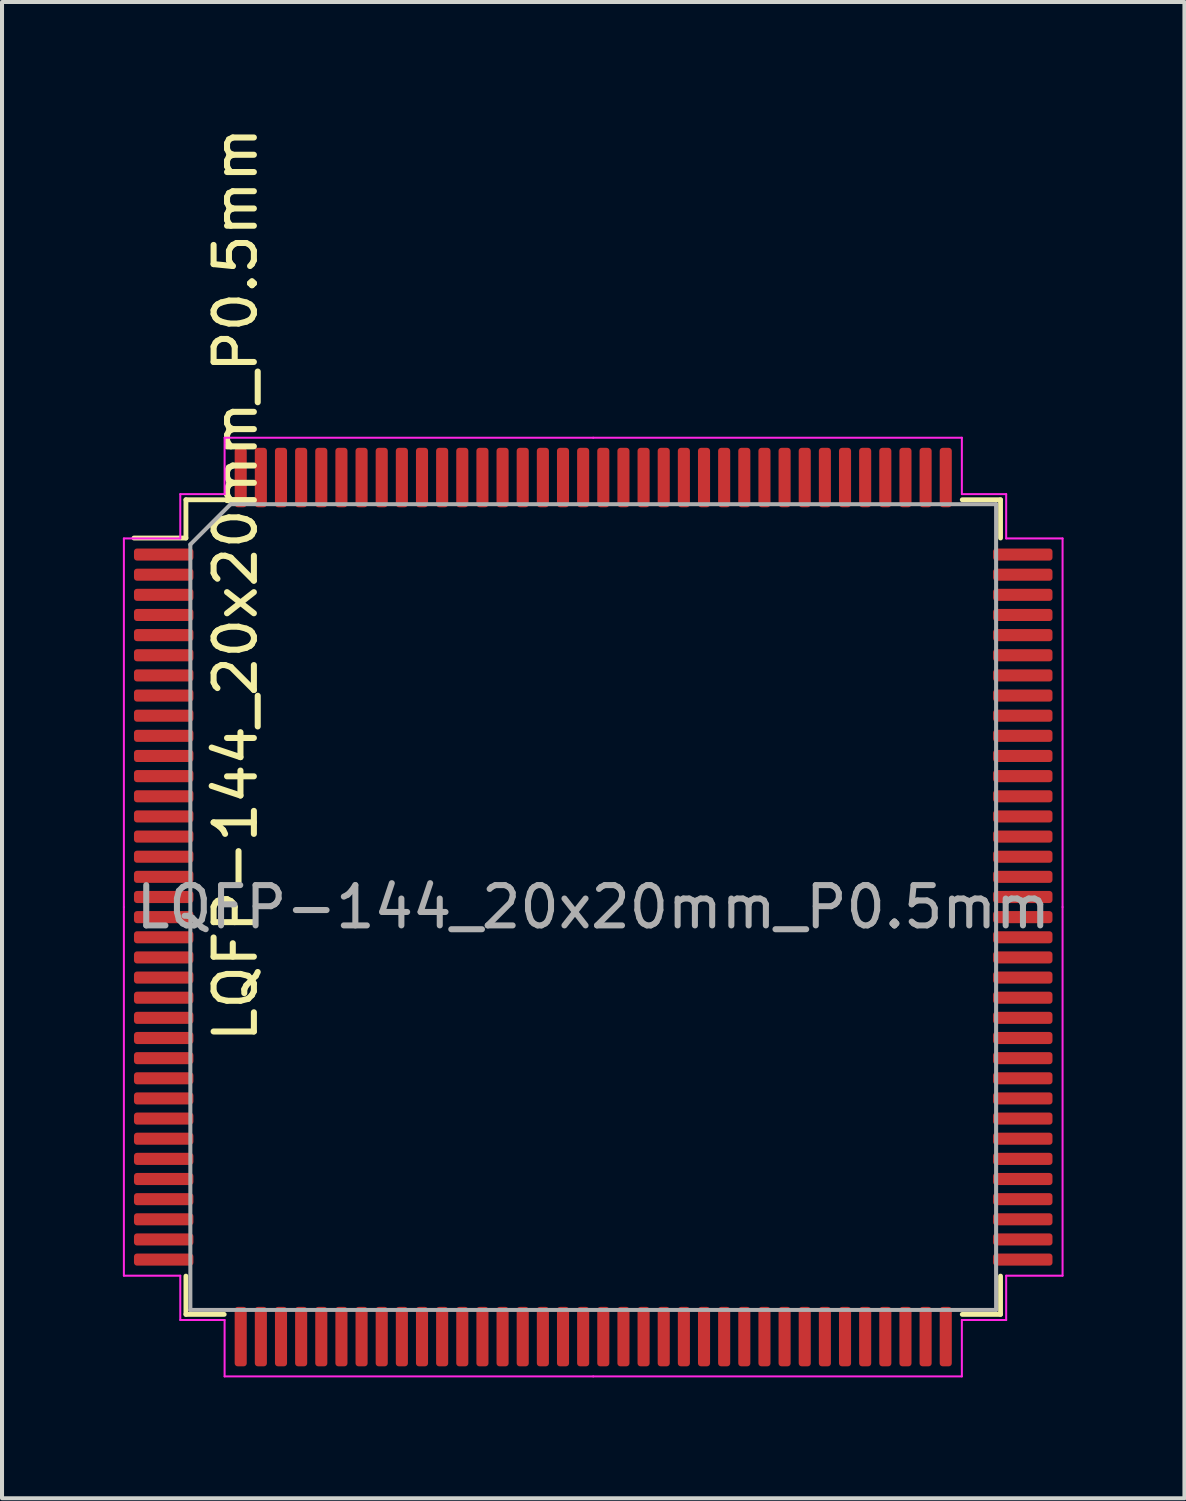
<source format=kicad_pcb>
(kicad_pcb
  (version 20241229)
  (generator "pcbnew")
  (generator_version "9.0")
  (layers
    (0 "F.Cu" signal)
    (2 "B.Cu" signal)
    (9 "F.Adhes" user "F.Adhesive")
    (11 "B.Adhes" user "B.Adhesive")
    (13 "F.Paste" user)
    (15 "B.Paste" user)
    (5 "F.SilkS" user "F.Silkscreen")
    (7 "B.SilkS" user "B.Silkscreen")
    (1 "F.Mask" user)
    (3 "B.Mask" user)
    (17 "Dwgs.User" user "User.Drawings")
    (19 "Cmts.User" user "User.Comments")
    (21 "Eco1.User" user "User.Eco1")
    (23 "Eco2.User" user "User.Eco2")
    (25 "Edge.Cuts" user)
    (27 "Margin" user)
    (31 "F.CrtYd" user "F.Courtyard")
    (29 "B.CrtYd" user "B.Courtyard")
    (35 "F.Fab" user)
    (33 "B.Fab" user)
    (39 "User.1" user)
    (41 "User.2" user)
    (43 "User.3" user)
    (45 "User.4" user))
  (footprint "LQFP-144_20x20mm_P0.5mm"
    (layer "F.Cu")
    (at 11.675 19.465)
    (property "Reference" "LQFP-144_20x20mm_P0.5mm" (at -8.878 -8.007 90) (layer "F.SilkS") (effects (font (size 1 1) (thickness 0.15))))
    (attr smd)
    (fp_line (start -10.11 -10.11) (end -10.11 -9.16) (stroke (width 0.12) (type solid)) (layer "F.SilkS"))
    (fp_line (start -10.11 -9.16) (end -11.4 -9.16) (stroke (width 0.12) (type solid)) (layer "F.SilkS"))
    (fp_line (start -10.11 10.11) (end -10.11 9.16) (stroke (width 0.12) (type solid)) (layer "F.SilkS"))
    (fp_line (start -9.16 -10.11) (end -10.11 -10.11) (stroke (width 0.12) (type solid)) (layer "F.SilkS"))
    (fp_line (start -9.16 10.11) (end -10.11 10.11) (stroke (width 0.12) (type solid)) (layer "F.SilkS"))
    (fp_line (start 9.16 -10.11) (end 10.11 -10.11) (stroke (width 0.12) (type solid)) (layer "F.SilkS"))
    (fp_line (start 9.16 10.11) (end 10.11 10.11) (stroke (width 0.12) (type solid)) (layer "F.SilkS"))
    (fp_line (start 10.11 -10.11) (end 10.11 -9.16) (stroke (width 0.12) (type solid)) (layer "F.SilkS"))
    (fp_line (start 10.11 10.11) (end 10.11 9.16) (stroke (width 0.12) (type solid)) (layer "F.SilkS"))
    (fp_line (start -11.65 -9.15) (end -11.65 0) (stroke (width 0.05) (type solid)) (layer "F.CrtYd"))
    (fp_line (start -11.65 9.15) (end -11.65 0) (stroke (width 0.05) (type solid)) (layer "F.CrtYd"))
    (fp_line (start -10.25 -10.25) (end -10.25 -9.15) (stroke (width 0.05) (type solid)) (layer "F.CrtYd"))
    (fp_line (start -10.25 -9.15) (end -11.65 -9.15) (stroke (width 0.05) (type solid)) (layer "F.CrtYd"))
    (fp_line (start -10.25 9.15) (end -11.65 9.15) (stroke (width 0.05) (type solid)) (layer "F.CrtYd"))
    (fp_line (start -10.25 10.25) (end -10.25 9.15) (stroke (width 0.05) (type solid)) (layer "F.CrtYd"))
    (fp_line (start -9.15 -11.65) (end -9.15 -10.25) (stroke (width 0.05) (type solid)) (layer "F.CrtYd"))
    (fp_line (start -9.15 -10.25) (end -10.25 -10.25) (stroke (width 0.05) (type solid)) (layer "F.CrtYd"))
    (fp_line (start -9.15 10.25) (end -10.25 10.25) (stroke (width 0.05) (type solid)) (layer "F.CrtYd"))
    (fp_line (start -9.15 11.65) (end -9.15 10.25) (stroke (width 0.05) (type solid)) (layer "F.CrtYd"))
    (fp_line (start 0 -11.65) (end -9.15 -11.65) (stroke (width 0.05) (type solid)) (layer "F.CrtYd"))
    (fp_line (start 0 -11.65) (end 9.15 -11.65) (stroke (width 0.05) (type solid)) (layer "F.CrtYd"))
    (fp_line (start 0 11.65) (end -9.15 11.65) (stroke (width 0.05) (type solid)) (layer "F.CrtYd"))
    (fp_line (start 0 11.65) (end 9.15 11.65) (stroke (width 0.05) (type solid)) (layer "F.CrtYd"))
    (fp_line (start 9.15 -11.65) (end 9.15 -10.25) (stroke (width 0.05) (type solid)) (layer "F.CrtYd"))
    (fp_line (start 9.15 -10.25) (end 10.25 -10.25) (stroke (width 0.05) (type solid)) (layer "F.CrtYd"))
    (fp_line (start 9.15 10.25) (end 10.25 10.25) (stroke (width 0.05) (type solid)) (layer "F.CrtYd"))
    (fp_line (start 9.15 11.65) (end 9.15 10.25) (stroke (width 0.05) (type solid)) (layer "F.CrtYd"))
    (fp_line (start 10.25 -10.25) (end 10.25 -9.15) (stroke (width 0.05) (type solid)) (layer "F.CrtYd"))
    (fp_line (start 10.25 -9.15) (end 11.65 -9.15) (stroke (width 0.05) (type solid)) (layer "F.CrtYd"))
    (fp_line (start 10.25 9.15) (end 11.65 9.15) (stroke (width 0.05) (type solid)) (layer "F.CrtYd"))
    (fp_line (start 10.25 10.25) (end 10.25 9.15) (stroke (width 0.05) (type solid)) (layer "F.CrtYd"))
    (fp_line (start 11.65 -9.15) (end 11.65 0) (stroke (width 0.05) (type solid)) (layer "F.CrtYd"))
    (fp_line (start 11.65 9.15) (end 11.65 0) (stroke (width 0.05) (type solid)) (layer "F.CrtYd"))
    (fp_line (start -10 -9) (end -9 -10) (stroke (width 0.1) (type solid)) (layer "F.Fab"))
    (fp_line (start -10 10) (end -10 -9) (stroke (width 0.1) (type solid)) (layer "F.Fab"))
    (fp_line (start -9 -10) (end 10 -10) (stroke (width 0.1) (type solid)) (layer "F.Fab"))
    (fp_line (start 10 -10) (end 10 10) (stroke (width 0.1) (type solid)) (layer "F.Fab"))
    (fp_line (start 10 10) (end -10 10) (stroke (width 0.1) (type solid)) (layer "F.Fab"))
    (fp_text user "${REFERENCE}" (at 0 0 0) (layer "F.Fab") (effects (font (size 1 1) (thickness 0.15))))
    (pad "1" smd roundrect (at -10.662 -8.75) (size 1.475 0.3) (layers "F.Cu" "F.Mask" "F.Paste") (roundrect_rratio 0.25))
    (pad "2" smd roundrect (at -10.662 -8.25) (size 1.475 0.3) (layers "F.Cu" "F.Mask" "F.Paste") (roundrect_rratio 0.25))
    (pad "3" smd roundrect (at -10.662 -7.75) (size 1.475 0.3) (layers "F.Cu" "F.Mask" "F.Paste") (roundrect_rratio 0.25))
    (pad "4" smd roundrect (at -10.662 -7.25) (size 1.475 0.3) (layers "F.Cu" "F.Mask" "F.Paste") (roundrect_rratio 0.25))
    (pad "5" smd roundrect (at -10.662 -6.75) (size 1.475 0.3) (layers "F.Cu" "F.Mask" "F.Paste") (roundrect_rratio 0.25))
    (pad "6" smd roundrect (at -10.662 -6.25) (size 1.475 0.3) (layers "F.Cu" "F.Mask" "F.Paste") (roundrect_rratio 0.25))
    (pad "7" smd roundrect (at -10.662 -5.75) (size 1.475 0.3) (layers "F.Cu" "F.Mask" "F.Paste") (roundrect_rratio 0.25))
    (pad "8" smd roundrect (at -10.662 -5.25) (size 1.475 0.3) (layers "F.Cu" "F.Mask" "F.Paste") (roundrect_rratio 0.25))
    (pad "9" smd roundrect (at -10.662 -4.75) (size 1.475 0.3) (layers "F.Cu" "F.Mask" "F.Paste") (roundrect_rratio 0.25))
    (pad "10" smd roundrect (at -10.662 -4.25) (size 1.475 0.3) (layers "F.Cu" "F.Mask" "F.Paste") (roundrect_rratio 0.25))
    (pad "11" smd roundrect (at -10.662 -3.75) (size 1.475 0.3) (layers "F.Cu" "F.Mask" "F.Paste") (roundrect_rratio 0.25))
    (pad "12" smd roundrect (at -10.662 -3.25) (size 1.475 0.3) (layers "F.Cu" "F.Mask" "F.Paste") (roundrect_rratio 0.25))
    (pad "13" smd roundrect (at -10.662 -2.75) (size 1.475 0.3) (layers "F.Cu" "F.Mask" "F.Paste") (roundrect_rratio 0.25))
    (pad "14" smd roundrect (at -10.662 -2.25) (size 1.475 0.3) (layers "F.Cu" "F.Mask" "F.Paste") (roundrect_rratio 0.25))
    (pad "15" smd roundrect (at -10.662 -1.75) (size 1.475 0.3) (layers "F.Cu" "F.Mask" "F.Paste") (roundrect_rratio 0.25))
    (pad "16" smd roundrect (at -10.662 -1.25) (size 1.475 0.3) (layers "F.Cu" "F.Mask" "F.Paste") (roundrect_rratio 0.25))
    (pad "17" smd roundrect (at -10.662 -0.75) (size 1.475 0.3) (layers "F.Cu" "F.Mask" "F.Paste") (roundrect_rratio 0.25))
    (pad "18" smd roundrect (at -10.662 -0.25) (size 1.475 0.3) (layers "F.Cu" "F.Mask" "F.Paste") (roundrect_rratio 0.25))
    (pad "19" smd roundrect (at -10.662 0.25) (size 1.475 0.3) (layers "F.Cu" "F.Mask" "F.Paste") (roundrect_rratio 0.25))
    (pad "20" smd roundrect (at -10.662 0.75) (size 1.475 0.3) (layers "F.Cu" "F.Mask" "F.Paste") (roundrect_rratio 0.25))
    (pad "21" smd roundrect (at -10.662 1.25) (size 1.475 0.3) (layers "F.Cu" "F.Mask" "F.Paste") (roundrect_rratio 0.25))
    (pad "22" smd roundrect (at -10.662 1.75) (size 1.475 0.3) (layers "F.Cu" "F.Mask" "F.Paste") (roundrect_rratio 0.25))
    (pad "23" smd roundrect (at -10.662 2.25) (size 1.475 0.3) (layers "F.Cu" "F.Mask" "F.Paste") (roundrect_rratio 0.25))
    (pad "24" smd roundrect (at -10.662 2.75) (size 1.475 0.3) (layers "F.Cu" "F.Mask" "F.Paste") (roundrect_rratio 0.25))
    (pad "25" smd roundrect (at -10.662 3.25) (size 1.475 0.3) (layers "F.Cu" "F.Mask" "F.Paste") (roundrect_rratio 0.25))
    (pad "26" smd roundrect (at -10.662 3.75) (size 1.475 0.3) (layers "F.Cu" "F.Mask" "F.Paste") (roundrect_rratio 0.25))
    (pad "27" smd roundrect (at -10.662 4.25) (size 1.475 0.3) (layers "F.Cu" "F.Mask" "F.Paste") (roundrect_rratio 0.25))
    (pad "28" smd roundrect (at -10.662 4.75) (size 1.475 0.3) (layers "F.Cu" "F.Mask" "F.Paste") (roundrect_rratio 0.25))
    (pad "29" smd roundrect (at -10.662 5.25) (size 1.475 0.3) (layers "F.Cu" "F.Mask" "F.Paste") (roundrect_rratio 0.25))
    (pad "30" smd roundrect (at -10.662 5.75) (size 1.475 0.3) (layers "F.Cu" "F.Mask" "F.Paste") (roundrect_rratio 0.25))
    (pad "31" smd roundrect (at -10.662 6.25) (size 1.475 0.3) (layers "F.Cu" "F.Mask" "F.Paste") (roundrect_rratio 0.25))
    (pad "32" smd roundrect (at -10.662 6.75) (size 1.475 0.3) (layers "F.Cu" "F.Mask" "F.Paste") (roundrect_rratio 0.25))
    (pad "33" smd roundrect (at -10.662 7.25) (size 1.475 0.3) (layers "F.Cu" "F.Mask" "F.Paste") (roundrect_rratio 0.25))
    (pad "34" smd roundrect (at -10.662 7.75) (size 1.475 0.3) (layers "F.Cu" "F.Mask" "F.Paste") (roundrect_rratio 0.25))
    (pad "35" smd roundrect (at -10.662 8.25) (size 1.475 0.3) (layers "F.Cu" "F.Mask" "F.Paste") (roundrect_rratio 0.25))
    (pad "36" smd roundrect (at -10.662 8.75) (size 1.475 0.3) (layers "F.Cu" "F.Mask" "F.Paste") (roundrect_rratio 0.25))
    (pad "37" smd roundrect (at -8.75 10.662) (size 0.3 1.475) (layers "F.Cu" "F.Mask" "F.Paste") (roundrect_rratio 0.25))
    (pad "38" smd roundrect (at -8.25 10.662) (size 0.3 1.475) (layers "F.Cu" "F.Mask" "F.Paste") (roundrect_rratio 0.25))
    (pad "39" smd roundrect (at -7.75 10.662) (size 0.3 1.475) (layers "F.Cu" "F.Mask" "F.Paste") (roundrect_rratio 0.25))
    (pad "40" smd roundrect (at -7.25 10.662) (size 0.3 1.475) (layers "F.Cu" "F.Mask" "F.Paste") (roundrect_rratio 0.25))
    (pad "41" smd roundrect (at -6.75 10.662) (size 0.3 1.475) (layers "F.Cu" "F.Mask" "F.Paste") (roundrect_rratio 0.25))
    (pad "42" smd roundrect (at -6.25 10.662) (size 0.3 1.475) (layers "F.Cu" "F.Mask" "F.Paste") (roundrect_rratio 0.25))
    (pad "43" smd roundrect (at -5.75 10.662) (size 0.3 1.475) (layers "F.Cu" "F.Mask" "F.Paste") (roundrect_rratio 0.25))
    (pad "44" smd roundrect (at -5.25 10.662) (size 0.3 1.475) (layers "F.Cu" "F.Mask" "F.Paste") (roundrect_rratio 0.25))
    (pad "45" smd roundrect (at -4.75 10.662) (size 0.3 1.475) (layers "F.Cu" "F.Mask" "F.Paste") (roundrect_rratio 0.25))
    (pad "46" smd roundrect (at -4.25 10.662) (size 0.3 1.475) (layers "F.Cu" "F.Mask" "F.Paste") (roundrect_rratio 0.25))
    (pad "47" smd roundrect (at -3.75 10.662) (size 0.3 1.475) (layers "F.Cu" "F.Mask" "F.Paste") (roundrect_rratio 0.25))
    (pad "48" smd roundrect (at -3.25 10.662) (size 0.3 1.475) (layers "F.Cu" "F.Mask" "F.Paste") (roundrect_rratio 0.25))
    (pad "49" smd roundrect (at -2.75 10.662) (size 0.3 1.475) (layers "F.Cu" "F.Mask" "F.Paste") (roundrect_rratio 0.25))
    (pad "50" smd roundrect (at -2.25 10.662) (size 0.3 1.475) (layers "F.Cu" "F.Mask" "F.Paste") (roundrect_rratio 0.25))
    (pad "51" smd roundrect (at -1.75 10.662) (size 0.3 1.475) (layers "F.Cu" "F.Mask" "F.Paste") (roundrect_rratio 0.25))
    (pad "52" smd roundrect (at -1.25 10.662) (size 0.3 1.475) (layers "F.Cu" "F.Mask" "F.Paste") (roundrect_rratio 0.25))
    (pad "53" smd roundrect (at -0.75 10.662) (size 0.3 1.475) (layers "F.Cu" "F.Mask" "F.Paste") (roundrect_rratio 0.25))
    (pad "54" smd roundrect (at -0.25 10.662) (size 0.3 1.475) (layers "F.Cu" "F.Mask" "F.Paste") (roundrect_rratio 0.25))
    (pad "55" smd roundrect (at 0.25 10.662) (size 0.3 1.475) (layers "F.Cu" "F.Mask" "F.Paste") (roundrect_rratio 0.25))
    (pad "56" smd roundrect (at 0.75 10.662) (size 0.3 1.475) (layers "F.Cu" "F.Mask" "F.Paste") (roundrect_rratio 0.25))
    (pad "57" smd roundrect (at 1.25 10.662) (size 0.3 1.475) (layers "F.Cu" "F.Mask" "F.Paste") (roundrect_rratio 0.25))
    (pad "58" smd roundrect (at 1.75 10.662) (size 0.3 1.475) (layers "F.Cu" "F.Mask" "F.Paste") (roundrect_rratio 0.25))
    (pad "59" smd roundrect (at 2.25 10.662) (size 0.3 1.475) (layers "F.Cu" "F.Mask" "F.Paste") (roundrect_rratio 0.25))
    (pad "60" smd roundrect (at 2.75 10.662) (size 0.3 1.475) (layers "F.Cu" "F.Mask" "F.Paste") (roundrect_rratio 0.25))
    (pad "61" smd roundrect (at 3.25 10.662) (size 0.3 1.475) (layers "F.Cu" "F.Mask" "F.Paste") (roundrect_rratio 0.25))
    (pad "62" smd roundrect (at 3.75 10.662) (size 0.3 1.475) (layers "F.Cu" "F.Mask" "F.Paste") (roundrect_rratio 0.25))
    (pad "63" smd roundrect (at 4.25 10.662) (size 0.3 1.475) (layers "F.Cu" "F.Mask" "F.Paste") (roundrect_rratio 0.25))
    (pad "64" smd roundrect (at 4.75 10.662) (size 0.3 1.475) (layers "F.Cu" "F.Mask" "F.Paste") (roundrect_rratio 0.25))
    (pad "65" smd roundrect (at 5.25 10.662) (size 0.3 1.475) (layers "F.Cu" "F.Mask" "F.Paste") (roundrect_rratio 0.25))
    (pad "66" smd roundrect (at 5.75 10.662) (size 0.3 1.475) (layers "F.Cu" "F.Mask" "F.Paste") (roundrect_rratio 0.25))
    (pad "67" smd roundrect (at 6.25 10.662) (size 0.3 1.475) (layers "F.Cu" "F.Mask" "F.Paste") (roundrect_rratio 0.25))
    (pad "68" smd roundrect (at 6.75 10.662) (size 0.3 1.475) (layers "F.Cu" "F.Mask" "F.Paste") (roundrect_rratio 0.25))
    (pad "69" smd roundrect (at 7.25 10.662) (size 0.3 1.475) (layers "F.Cu" "F.Mask" "F.Paste") (roundrect_rratio 0.25))
    (pad "70" smd roundrect (at 7.75 10.662) (size 0.3 1.475) (layers "F.Cu" "F.Mask" "F.Paste") (roundrect_rratio 0.25))
    (pad "71" smd roundrect (at 8.25 10.662) (size 0.3 1.475) (layers "F.Cu" "F.Mask" "F.Paste") (roundrect_rratio 0.25))
    (pad "72" smd roundrect (at 8.75 10.662) (size 0.3 1.475) (layers "F.Cu" "F.Mask" "F.Paste") (roundrect_rratio 0.25))
    (pad "73" smd roundrect (at 10.662 8.75) (size 1.475 0.3) (layers "F.Cu" "F.Mask" "F.Paste") (roundrect_rratio 0.25))
    (pad "74" smd roundrect (at 10.662 8.25) (size 1.475 0.3) (layers "F.Cu" "F.Mask" "F.Paste") (roundrect_rratio 0.25))
    (pad "75" smd roundrect (at 10.662 7.75) (size 1.475 0.3) (layers "F.Cu" "F.Mask" "F.Paste") (roundrect_rratio 0.25))
    (pad "76" smd roundrect (at 10.662 7.25) (size 1.475 0.3) (layers "F.Cu" "F.Mask" "F.Paste") (roundrect_rratio 0.25))
    (pad "77" smd roundrect (at 10.662 6.75) (size 1.475 0.3) (layers "F.Cu" "F.Mask" "F.Paste") (roundrect_rratio 0.25))
    (pad "78" smd roundrect (at 10.662 6.25) (size 1.475 0.3) (layers "F.Cu" "F.Mask" "F.Paste") (roundrect_rratio 0.25))
    (pad "79" smd roundrect (at 10.662 5.75) (size 1.475 0.3) (layers "F.Cu" "F.Mask" "F.Paste") (roundrect_rratio 0.25))
    (pad "80" smd roundrect (at 10.662 5.25) (size 1.475 0.3) (layers "F.Cu" "F.Mask" "F.Paste") (roundrect_rratio 0.25))
    (pad "81" smd roundrect (at 10.662 4.75) (size 1.475 0.3) (layers "F.Cu" "F.Mask" "F.Paste") (roundrect_rratio 0.25))
    (pad "82" smd roundrect (at 10.662 4.25) (size 1.475 0.3) (layers "F.Cu" "F.Mask" "F.Paste") (roundrect_rratio 0.25))
    (pad "83" smd roundrect (at 10.662 3.75) (size 1.475 0.3) (layers "F.Cu" "F.Mask" "F.Paste") (roundrect_rratio 0.25))
    (pad "84" smd roundrect (at 10.662 3.25) (size 1.475 0.3) (layers "F.Cu" "F.Mask" "F.Paste") (roundrect_rratio 0.25))
    (pad "85" smd roundrect (at 10.662 2.75) (size 1.475 0.3) (layers "F.Cu" "F.Mask" "F.Paste") (roundrect_rratio 0.25))
    (pad "86" smd roundrect (at 10.662 2.25) (size 1.475 0.3) (layers "F.Cu" "F.Mask" "F.Paste") (roundrect_rratio 0.25))
    (pad "87" smd roundrect (at 10.662 1.75) (size 1.475 0.3) (layers "F.Cu" "F.Mask" "F.Paste") (roundrect_rratio 0.25))
    (pad "88" smd roundrect (at 10.662 1.25) (size 1.475 0.3) (layers "F.Cu" "F.Mask" "F.Paste") (roundrect_rratio 0.25))
    (pad "89" smd roundrect (at 10.662 0.75) (size 1.475 0.3) (layers "F.Cu" "F.Mask" "F.Paste") (roundrect_rratio 0.25))
    (pad "90" smd roundrect (at 10.662 0.25) (size 1.475 0.3) (layers "F.Cu" "F.Mask" "F.Paste") (roundrect_rratio 0.25))
    (pad "91" smd roundrect (at 10.662 -0.25) (size 1.475 0.3) (layers "F.Cu" "F.Mask" "F.Paste") (roundrect_rratio 0.25))
    (pad "92" smd roundrect (at 10.662 -0.75) (size 1.475 0.3) (layers "F.Cu" "F.Mask" "F.Paste") (roundrect_rratio 0.25))
    (pad "93" smd roundrect (at 10.662 -1.25) (size 1.475 0.3) (layers "F.Cu" "F.Mask" "F.Paste") (roundrect_rratio 0.25))
    (pad "94" smd roundrect (at 10.662 -1.75) (size 1.475 0.3) (layers "F.Cu" "F.Mask" "F.Paste") (roundrect_rratio 0.25))
    (pad "95" smd roundrect (at 10.662 -2.25) (size 1.475 0.3) (layers "F.Cu" "F.Mask" "F.Paste") (roundrect_rratio 0.25))
    (pad "96" smd roundrect (at 10.662 -2.75) (size 1.475 0.3) (layers "F.Cu" "F.Mask" "F.Paste") (roundrect_rratio 0.25))
    (pad "97" smd roundrect (at 10.662 -3.25) (size 1.475 0.3) (layers "F.Cu" "F.Mask" "F.Paste") (roundrect_rratio 0.25))
    (pad "98" smd roundrect (at 10.662 -3.75) (size 1.475 0.3) (layers "F.Cu" "F.Mask" "F.Paste") (roundrect_rratio 0.25))
    (pad "99" smd roundrect (at 10.662 -4.25) (size 1.475 0.3) (layers "F.Cu" "F.Mask" "F.Paste") (roundrect_rratio 0.25))
    (pad "100" smd roundrect (at 10.662 -4.75) (size 1.475 0.3) (layers "F.Cu" "F.Mask" "F.Paste") (roundrect_rratio 0.25))
    (pad "101" smd roundrect (at 10.662 -5.25) (size 1.475 0.3) (layers "F.Cu" "F.Mask" "F.Paste") (roundrect_rratio 0.25))
    (pad "102" smd roundrect (at 10.662 -5.75) (size 1.475 0.3) (layers "F.Cu" "F.Mask" "F.Paste") (roundrect_rratio 0.25))
    (pad "103" smd roundrect (at 10.662 -6.25) (size 1.475 0.3) (layers "F.Cu" "F.Mask" "F.Paste") (roundrect_rratio 0.25))
    (pad "104" smd roundrect (at 10.662 -6.75) (size 1.475 0.3) (layers "F.Cu" "F.Mask" "F.Paste") (roundrect_rratio 0.25))
    (pad "105" smd roundrect (at 10.662 -7.25) (size 1.475 0.3) (layers "F.Cu" "F.Mask" "F.Paste") (roundrect_rratio 0.25))
    (pad "106" smd roundrect (at 10.662 -7.75) (size 1.475 0.3) (layers "F.Cu" "F.Mask" "F.Paste") (roundrect_rratio 0.25))
    (pad "107" smd roundrect (at 10.662 -8.25) (size 1.475 0.3) (layers "F.Cu" "F.Mask" "F.Paste") (roundrect_rratio 0.25))
    (pad "108" smd roundrect (at 10.662 -8.75) (size 1.475 0.3) (layers "F.Cu" "F.Mask" "F.Paste") (roundrect_rratio 0.25))
    (pad "109" smd roundrect (at 8.75 -10.662) (size 0.3 1.475) (layers "F.Cu" "F.Mask" "F.Paste") (roundrect_rratio 0.25))
    (pad "110" smd roundrect (at 8.25 -10.662) (size 0.3 1.475) (layers "F.Cu" "F.Mask" "F.Paste") (roundrect_rratio 0.25))
    (pad "111" smd roundrect (at 7.75 -10.662) (size 0.3 1.475) (layers "F.Cu" "F.Mask" "F.Paste") (roundrect_rratio 0.25))
    (pad "112" smd roundrect (at 7.25 -10.662) (size 0.3 1.475) (layers "F.Cu" "F.Mask" "F.Paste") (roundrect_rratio 0.25))
    (pad "113" smd roundrect (at 6.75 -10.662) (size 0.3 1.475) (layers "F.Cu" "F.Mask" "F.Paste") (roundrect_rratio 0.25))
    (pad "114" smd roundrect (at 6.25 -10.662) (size 0.3 1.475) (layers "F.Cu" "F.Mask" "F.Paste") (roundrect_rratio 0.25))
    (pad "115" smd roundrect (at 5.75 -10.662) (size 0.3 1.475) (layers "F.Cu" "F.Mask" "F.Paste") (roundrect_rratio 0.25))
    (pad "116" smd roundrect (at 5.25 -10.662) (size 0.3 1.475) (layers "F.Cu" "F.Mask" "F.Paste") (roundrect_rratio 0.25))
    (pad "117" smd roundrect (at 4.75 -10.662) (size 0.3 1.475) (layers "F.Cu" "F.Mask" "F.Paste") (roundrect_rratio 0.25))
    (pad "118" smd roundrect (at 4.25 -10.662) (size 0.3 1.475) (layers "F.Cu" "F.Mask" "F.Paste") (roundrect_rratio 0.25))
    (pad "119" smd roundrect (at 3.75 -10.662) (size 0.3 1.475) (layers "F.Cu" "F.Mask" "F.Paste") (roundrect_rratio 0.25))
    (pad "120" smd roundrect (at 3.25 -10.662) (size 0.3 1.475) (layers "F.Cu" "F.Mask" "F.Paste") (roundrect_rratio 0.25))
    (pad "121" smd roundrect (at 2.75 -10.662) (size 0.3 1.475) (layers "F.Cu" "F.Mask" "F.Paste") (roundrect_rratio 0.25))
    (pad "122" smd roundrect (at 2.25 -10.662) (size 0.3 1.475) (layers "F.Cu" "F.Mask" "F.Paste") (roundrect_rratio 0.25))
    (pad "123" smd roundrect (at 1.75 -10.662) (size 0.3 1.475) (layers "F.Cu" "F.Mask" "F.Paste") (roundrect_rratio 0.25))
    (pad "124" smd roundrect (at 1.25 -10.662) (size 0.3 1.475) (layers "F.Cu" "F.Mask" "F.Paste") (roundrect_rratio 0.25))
    (pad "125" smd roundrect (at 0.75 -10.662) (size 0.3 1.475) (layers "F.Cu" "F.Mask" "F.Paste") (roundrect_rratio 0.25))
    (pad "126" smd roundrect (at 0.25 -10.662) (size 0.3 1.475) (layers "F.Cu" "F.Mask" "F.Paste") (roundrect_rratio 0.25))
    (pad "127" smd roundrect (at -0.25 -10.662) (size 0.3 1.475) (layers "F.Cu" "F.Mask" "F.Paste") (roundrect_rratio 0.25))
    (pad "128" smd roundrect (at -0.75 -10.662) (size 0.3 1.475) (layers "F.Cu" "F.Mask" "F.Paste") (roundrect_rratio 0.25))
    (pad "129" smd roundrect (at -1.25 -10.662) (size 0.3 1.475) (layers "F.Cu" "F.Mask" "F.Paste") (roundrect_rratio 0.25))
    (pad "130" smd roundrect (at -1.75 -10.662) (size 0.3 1.475) (layers "F.Cu" "F.Mask" "F.Paste") (roundrect_rratio 0.25))
    (pad "131" smd roundrect (at -2.25 -10.662) (size 0.3 1.475) (layers "F.Cu" "F.Mask" "F.Paste") (roundrect_rratio 0.25))
    (pad "132" smd roundrect (at -2.75 -10.662) (size 0.3 1.475) (layers "F.Cu" "F.Mask" "F.Paste") (roundrect_rratio 0.25))
    (pad "133" smd roundrect (at -3.25 -10.662) (size 0.3 1.475) (layers "F.Cu" "F.Mask" "F.Paste") (roundrect_rratio 0.25))
    (pad "134" smd roundrect (at -3.75 -10.662) (size 0.3 1.475) (layers "F.Cu" "F.Mask" "F.Paste") (roundrect_rratio 0.25))
    (pad "135" smd roundrect (at -4.25 -10.662) (size 0.3 1.475) (layers "F.Cu" "F.Mask" "F.Paste") (roundrect_rratio 0.25))
    (pad "136" smd roundrect (at -4.75 -10.662) (size 0.3 1.475) (layers "F.Cu" "F.Mask" "F.Paste") (roundrect_rratio 0.25))
    (pad "137" smd roundrect (at -5.25 -10.662) (size 0.3 1.475) (layers "F.Cu" "F.Mask" "F.Paste") (roundrect_rratio 0.25))
    (pad "138" smd roundrect (at -5.75 -10.662) (size 0.3 1.475) (layers "F.Cu" "F.Mask" "F.Paste") (roundrect_rratio 0.25))
    (pad "139" smd roundrect (at -6.25 -10.662) (size 0.3 1.475) (layers "F.Cu" "F.Mask" "F.Paste") (roundrect_rratio 0.25))
    (pad "140" smd roundrect (at -6.75 -10.662) (size 0.3 1.475) (layers "F.Cu" "F.Mask" "F.Paste") (roundrect_rratio 0.25))
    (pad "141" smd roundrect (at -7.25 -10.662) (size 0.3 1.475) (layers "F.Cu" "F.Mask" "F.Paste") (roundrect_rratio 0.25))
    (pad "142" smd roundrect (at -7.75 -10.662) (size 0.3 1.475) (layers "F.Cu" "F.Mask" "F.Paste") (roundrect_rratio 0.25))
    (pad "143" smd roundrect (at -8.25 -10.662) (size 0.3 1.475) (layers "F.Cu" "F.Mask" "F.Paste") (roundrect_rratio 0.25))
    (pad "144" smd roundrect (at -8.75 -10.662) (size 0.3 1.475) (layers "F.Cu" "F.Mask" "F.Paste") (roundrect_rratio 0.25)))
  (gr_rect
    (start -3 -3)
    (end 26.35 34.14)
    (stroke (width 0.1) (type default))
    (fill no)
    (layer "Edge.Cuts")))
</source>
